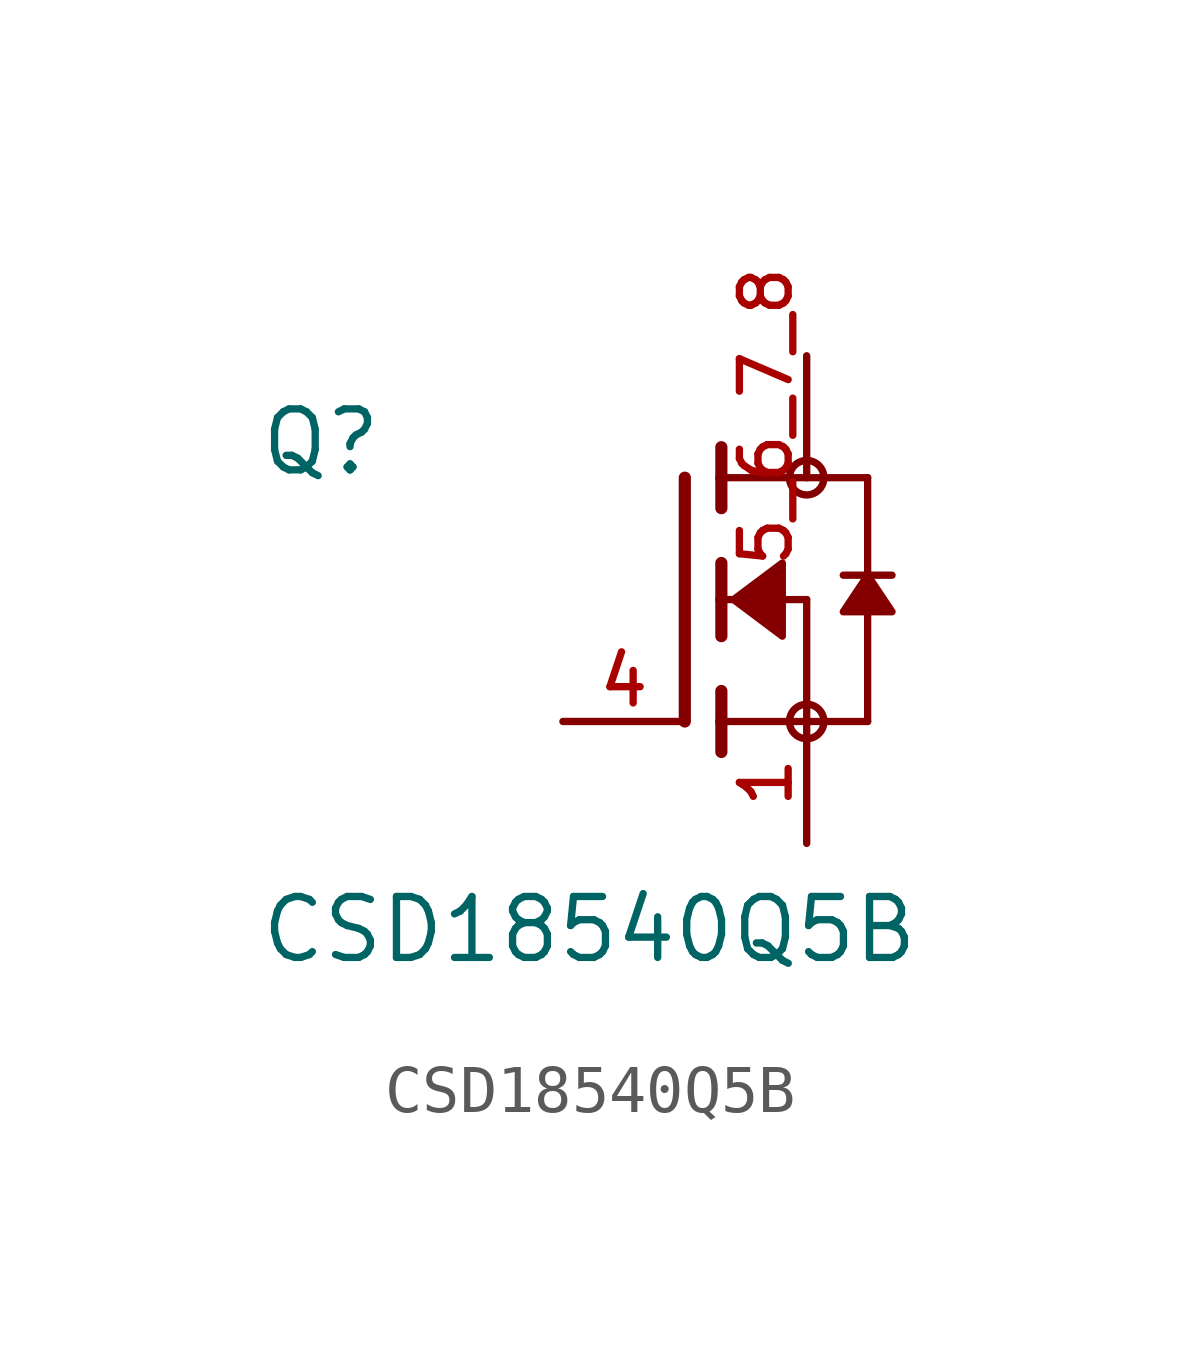
<source format=kicad_sym>
(kicad_symbol_lib
  (version 20211014)
  (generator kicad_symbol_editor)
  (symbol "CSD18540Q5B"
    (pin_names
      (offset 1.016))
    (property "Reference" "Q"
      (at -8.89 2.54 0)
      (effects (font (size 1.27 1.27)) (justify bottom left)))
    (property "Value" "CSD18540Q5B"
      (at -8.89 -7.62 0)
      (effects (font (size 1.27 1.27)) (justify bottom left)))
    (symbol "CSD18540Q5B_0_0"
      (polyline (pts (xy 0.762 0.762) (xy 0.762 0.0)) (stroke (width 0.254)))
      (polyline (pts (xy 0.762 0.0) (xy 0.762 -0.762)) (stroke (width 0.254)))
      (polyline (pts (xy 0.762 3.175) (xy 0.762 2.54)) (stroke (width 0.254)))
      (polyline (pts (xy 0.762 2.54) (xy 0.762 1.905)) (stroke (width 0.254)))
      (polyline (pts (xy 0.762 0.0) (xy 2.54 0.0)) (stroke (width 0.152)))
      (polyline (pts (xy 2.54 0.0) (xy 2.54 -2.54)) (stroke (width 0.152)))
      (polyline (pts (xy 0.762 -1.905) (xy 0.762 -2.54)) (stroke (width 0.254)))
      (polyline (pts (xy 0.762 -2.54) (xy 0.762 -3.175)) (stroke (width 0.254)))
      (polyline (pts (xy 0.0 2.54) (xy 0.0 -2.54)) (stroke (width 0.254)))
      (polyline (pts (xy 2.54 -2.54) (xy 0.762 -2.54)) (stroke (width 0.152)))
      (polyline (pts (xy 3.81 2.54) (xy 3.81 0.508)) (stroke (width 0.152)))
      (polyline (pts (xy 3.81 0.508) (xy 3.81 -2.54)) (stroke (width 0.152)))
      (polyline (pts (xy 2.54 -2.54) (xy 3.81 -2.54)) (stroke (width 0.152)))
      (polyline (pts (xy 0.762 2.54) (xy 3.81 2.54)) (stroke (width 0.152)))
      (polyline (pts (xy 4.318 0.508) (xy 3.81 0.508)) (stroke (width 0.152)))
      (polyline (pts (xy 3.81 0.508) (xy 3.302 0.508)) (stroke (width 0.152)))
      (circle (center 2.54 -2.54) (radius 0.359) (stroke (width 0.0)) (fill (type none)))
      (circle (center 2.54 2.54) (radius 0.359) (stroke (width 0.0)) (fill (type none)))
      (polyline (pts (xy 3.81 0.508) (xy 3.302 -0.254) (xy 4.318 -0.254) (xy 3.81 0.508)) (stroke (width 0.152)) (fill (type outline)))
      (polyline (pts (xy 1.016 0.0) (xy 2.032 0.762) (xy 2.032 -0.762) (xy 1.016 0.0)) (stroke (width 0.152)) (fill (type outline)))
      (pin passive line (at 2.54 -5.08 90.0) (length 2.54) (name "~" (effects (font (size 1.016 1.016)))) (number "1" (effects (font (size 1.016 1.016)))))
      (pin passive line (at 2.54 -5.08 90.0) (length 2.54) hide (name "~" (effects (font (size 1.016 1.016)))) (number "2" (effects (font (size 1.016 1.016)))))
      (pin passive line (at 2.54 -5.08 90.0) (length 2.54) hide (name "~" (effects (font (size 1.016 1.016)))) (number "3" (effects (font (size 1.016 1.016)))))
      (pin passive line (at -2.54 -2.54 0) (length 2.54) (name "~" (effects (font (size 1.016 1.016)))) (number "4" (effects (font (size 1.016 1.016)))))
      (pin passive line (at 2.54 5.08 270.0) (length 2.54) (name "~" (effects (font (size 1.016 1.016)))) (number "5_6_7_8" (effects (font (size 1.016 1.016))))))))
</source>
